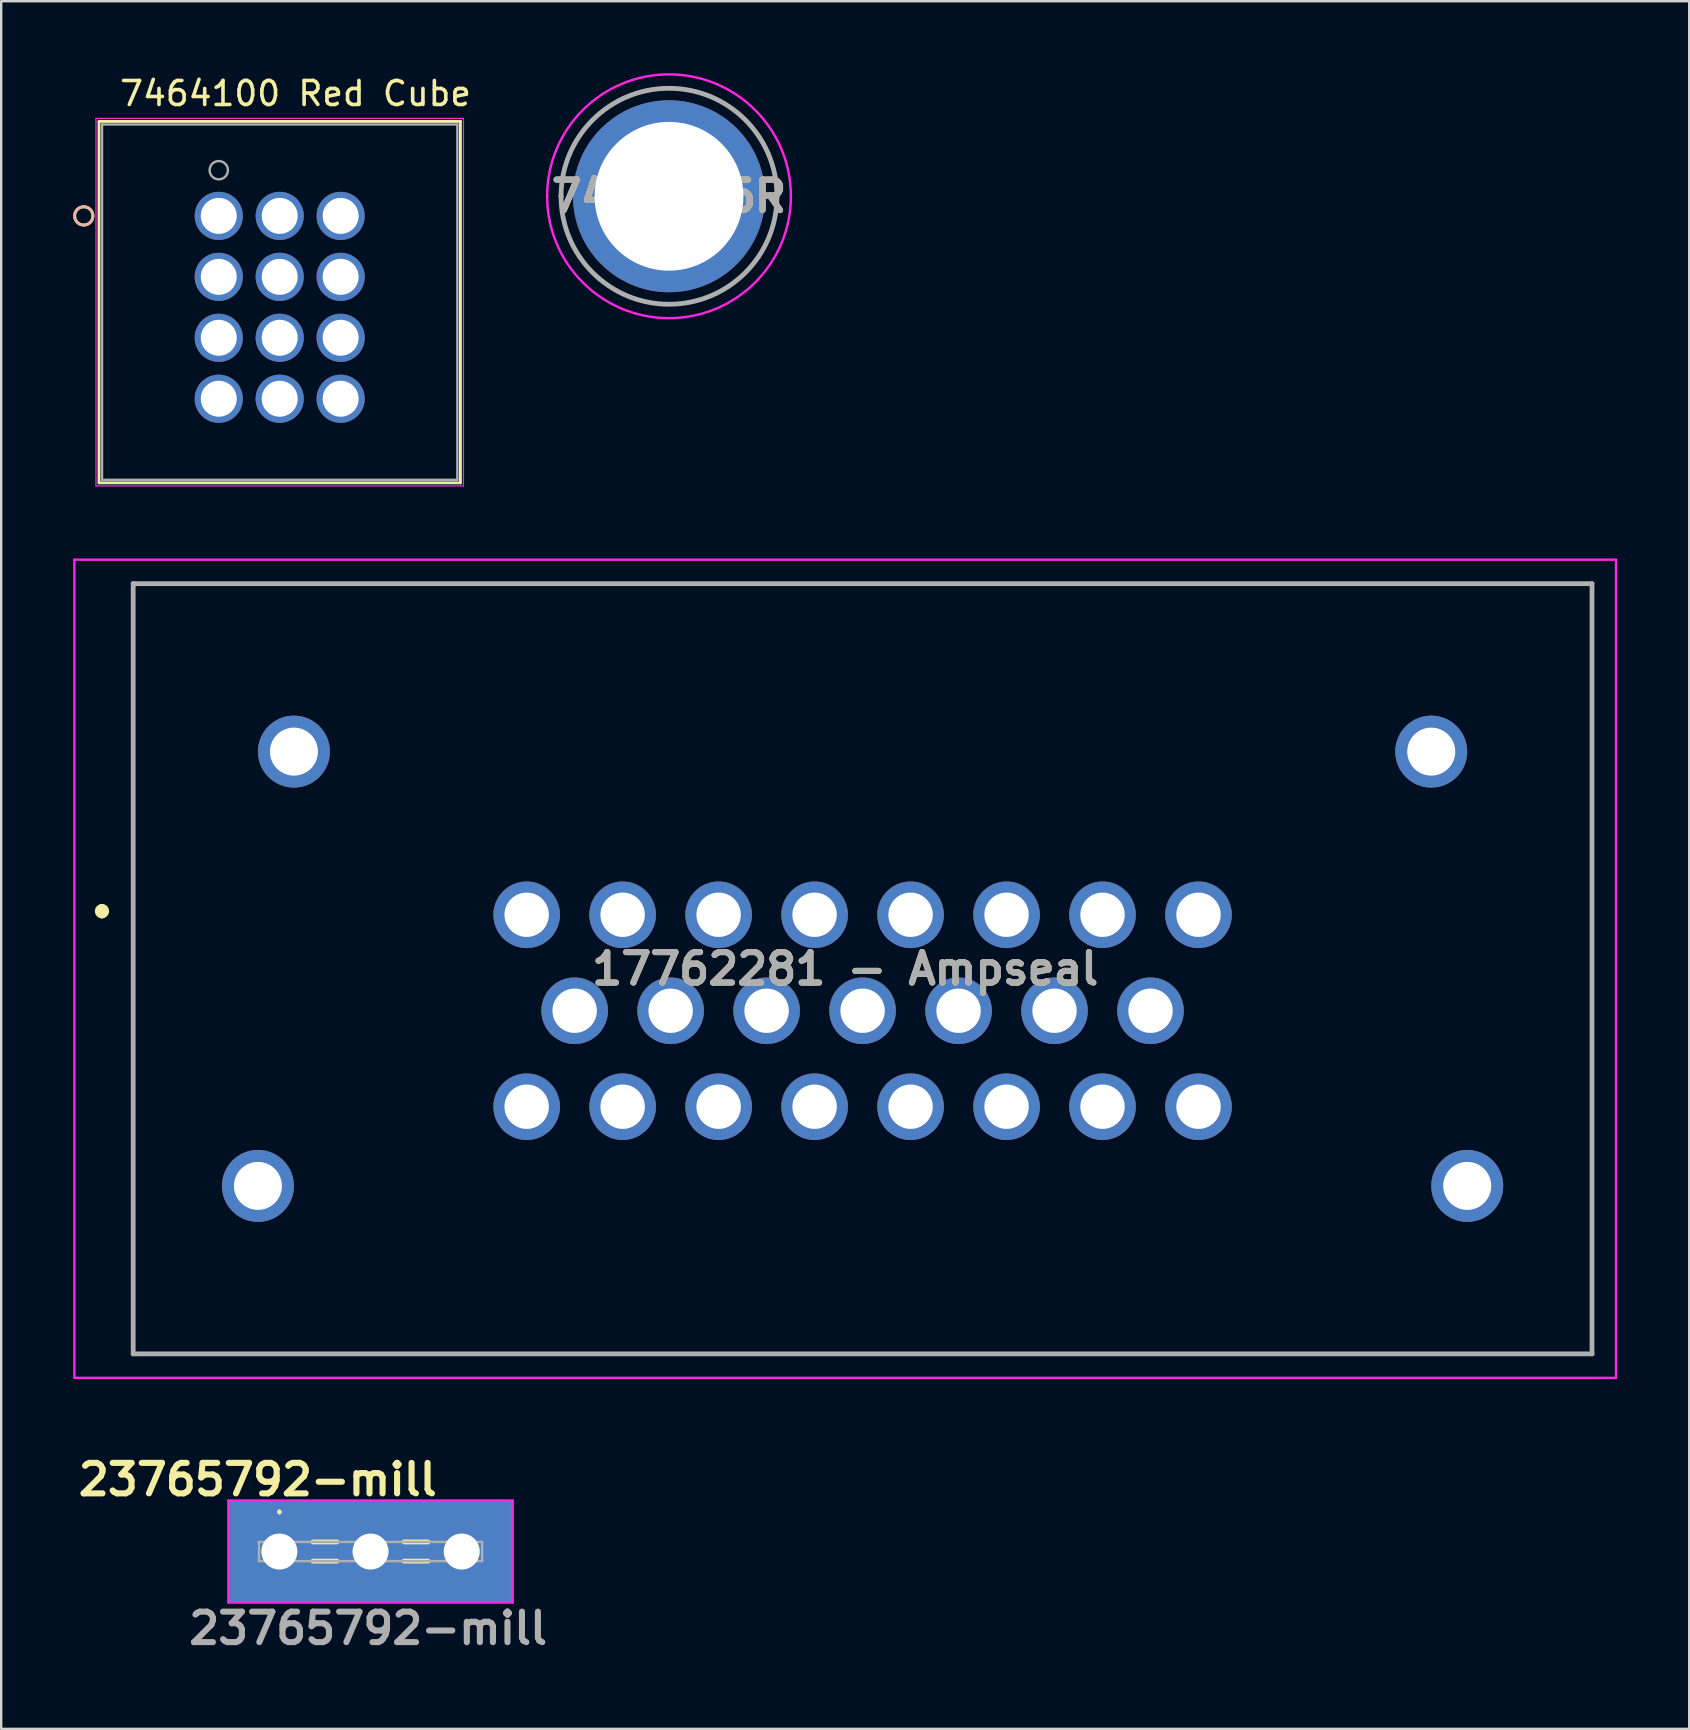
<source format=kicad_pcb>
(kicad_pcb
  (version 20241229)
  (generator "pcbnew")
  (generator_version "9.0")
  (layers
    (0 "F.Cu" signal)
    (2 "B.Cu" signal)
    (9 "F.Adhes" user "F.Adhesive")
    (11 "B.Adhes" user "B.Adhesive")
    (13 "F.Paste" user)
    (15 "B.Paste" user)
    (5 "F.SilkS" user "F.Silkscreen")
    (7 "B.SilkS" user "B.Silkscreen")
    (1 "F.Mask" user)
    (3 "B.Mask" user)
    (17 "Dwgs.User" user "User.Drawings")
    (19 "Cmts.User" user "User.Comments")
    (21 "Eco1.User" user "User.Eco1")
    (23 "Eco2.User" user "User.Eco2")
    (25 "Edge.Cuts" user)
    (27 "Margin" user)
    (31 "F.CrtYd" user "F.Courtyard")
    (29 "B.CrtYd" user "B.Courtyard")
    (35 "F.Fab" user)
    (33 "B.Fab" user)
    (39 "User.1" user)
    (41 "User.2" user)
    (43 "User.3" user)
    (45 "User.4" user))
  (footprint "23765792-mill"
    (layer "F.Cu")
    (at 8.593 61.614)
    (property "Reference" "23765792-mill" (at -0.9 -3 0) (layer "F.SilkS") (effects (font (size 1.27 1.27) (thickness 0.254))))
    (attr through_hole)
    (fp_line (start 0 -1.7) (end 0 -1.7) (stroke (width 0.1) (type solid)) (layer "F.SilkS"))
    (fp_line (start 0 -1.6) (end 0 -1.6) (stroke (width 0.1) (type solid)) (layer "F.SilkS"))
    (fp_line (start 1.4 -0.4) (end 2.4 -0.4) (stroke (width 0.2) (type solid)) (layer "F.SilkS"))
    (fp_line (start 1.4 0.4) (end 2.4 0.4) (stroke (width 0.2) (type solid)) (layer "F.SilkS"))
    (fp_line (start 5.2 -0.4) (end 6.2 -0.4) (stroke (width 0.2) (type solid)) (layer "F.SilkS"))
    (fp_line (start 5.2 0.4) (end 6.2 0.4) (stroke (width 0.2) (type solid)) (layer "F.SilkS"))
    (fp_arc (start 0 -1.7) (mid 0.05 -1.65) (end 0 -1.6) (stroke (width 0.1) (type solid)) (layer "F.SilkS"))
    (fp_arc (start 0 -1.6) (mid -0.05 -1.65) (end 0 -1.7) (stroke (width 0.1) (type solid)) (layer "F.SilkS"))
    (fp_line (start -2.125 -2.125) (end 9.725 -2.125) (stroke (width 0.1) (type solid)) (layer "F.CrtYd"))
    (fp_line (start -2.125 2.125) (end -2.125 -2.125) (stroke (width 0.1) (type solid)) (layer "F.CrtYd"))
    (fp_line (start 9.725 -2.125) (end 9.725 2.125) (stroke (width 0.1) (type solid)) (layer "F.CrtYd"))
    (fp_line (start 9.725 2.125) (end -2.125 2.125) (stroke (width 0.1) (type solid)) (layer "F.CrtYd"))
    (fp_line (start -0.85 -0.4) (end -0.85 0.4) (stroke (width 0.1) (type solid)) (layer "F.Fab"))
    (fp_line (start -0.85 0.4) (end 8.45 0.4) (stroke (width 0.1) (type solid)) (layer "F.Fab"))
    (fp_line (start 8.45 -0.4) (end -0.85 -0.4) (stroke (width 0.1) (type solid)) (layer "F.Fab"))
    (fp_line (start 8.45 0.4) (end 8.45 -0.4) (stroke (width 0.1) (type solid)) (layer "F.Fab"))
    (fp_text user "${REFERENCE}" (at 3.7 3.2 0) (layer "F.Fab") (effects (font (size 1.27 1.27) (thickness 0.254))))
    (pad "1" thru_hole rect (at 0 0) (size 4.25 4.25) (drill 1.5) (layers "*.Cu" "*.Mask"))
    (pad "2" thru_hole rect (at 3.8 0) (size 4.25 4.25) (drill 1.5) (layers "*.Cu" "*.Mask"))
    (pad "3" thru_hole rect (at 7.6 0) (size 4.25 4.25) (drill 1.5) (layers "*.Cu" "*.Mask")))
  (footprint "17762281 - Ampseal"
    (layer "F.Cu")
    (at 18.9 35.075)
    (property "Reference" "17762281 - Ampseal" (at 13.275 2.25 0) (layer "F.SilkS") (effects (font (size 1.27 1.27) (thickness 0.254))))
    (attr through_hole)
    (fp_line (start -17.7 -0.3) (end -17.7 -0.3) (stroke (width 0.3) (type solid)) (layer "F.SilkS"))
    (fp_line (start -17.7 0) (end -17.7 0) (stroke (width 0.3) (type solid)) (layer "F.SilkS"))
    (fp_line (start -16.4 -13.8) (end 44.4 -13.8) (stroke (width 0.1) (type solid)) (layer "F.SilkS"))
    (fp_line (start -16.4 18.3) (end -16.4 -13.8) (stroke (width 0.1) (type solid)) (layer "F.SilkS"))
    (fp_line (start 44.4 -13.8) (end 44.4 18.3) (stroke (width 0.1) (type solid)) (layer "F.SilkS"))
    (fp_line (start 44.4 18.3) (end -16.4 18.3) (stroke (width 0.1) (type solid)) (layer "F.SilkS"))
    (fp_arc (start -17.7 -0.3) (mid -17.55 -0.15) (end -17.7 0) (stroke (width 0.3) (type solid)) (layer "F.SilkS"))
    (fp_arc (start -17.7 0) (mid -17.85 -0.15) (end -17.7 -0.3) (stroke (width 0.3) (type solid)) (layer "F.SilkS"))
    (fp_line (start -18.85 -14.8) (end 45.4 -14.8) (stroke (width 0.1) (type solid)) (layer "F.CrtYd"))
    (fp_line (start -18.85 19.3) (end -18.85 -14.8) (stroke (width 0.1) (type solid)) (layer "F.CrtYd"))
    (fp_line (start 45.4 -14.8) (end 45.4 19.3) (stroke (width 0.1) (type solid)) (layer "F.CrtYd"))
    (fp_line (start 45.4 19.3) (end -18.85 19.3) (stroke (width 0.1) (type solid)) (layer "F.CrtYd"))
    (fp_line (start -16.4 -13.8) (end 44.4 -13.8) (stroke (width 0.2) (type solid)) (layer "F.Fab"))
    (fp_line (start -16.4 18.3) (end -16.4 -13.8) (stroke (width 0.2) (type solid)) (layer "F.Fab"))
    (fp_line (start 44.4 -13.8) (end 44.4 18.3) (stroke (width 0.2) (type solid)) (layer "F.Fab"))
    (fp_line (start 44.4 18.3) (end -16.4 18.3) (stroke (width 0.2) (type solid)) (layer "F.Fab"))
    (fp_text user "${REFERENCE}" (at 13.275 2.25 0) (layer "F.Fab") (effects (font (size 1.27 1.27) (thickness 0.254))))
    (pad "1" thru_hole circle (at 0 0) (size 2.775 2.775) (drill 1.85) (layers "*.Cu" "*.Mask"))
    (pad "2" thru_hole circle (at 4 0) (size 2.775 2.775) (drill 1.85) (layers "*.Cu" "*.Mask"))
    (pad "3" thru_hole circle (at 8 0) (size 2.775 2.775) (drill 1.85) (layers "*.Cu" "*.Mask"))
    (pad "4" thru_hole circle (at 12 0) (size 2.775 2.775) (drill 1.85) (layers "*.Cu" "*.Mask"))
    (pad "5" thru_hole circle (at 16 0) (size 2.775 2.775) (drill 1.85) (layers "*.Cu" "*.Mask"))
    (pad "6" thru_hole circle (at 20 0) (size 2.775 2.775) (drill 1.85) (layers "*.Cu" "*.Mask"))
    (pad "7" thru_hole circle (at 24 0) (size 2.775 2.775) (drill 1.85) (layers "*.Cu" "*.Mask"))
    (pad "8" thru_hole circle (at 28 0) (size 2.775 2.775) (drill 1.85) (layers "*.Cu" "*.Mask"))
    (pad "9" thru_hole circle (at 2 4) (size 2.775 2.775) (drill 1.85) (layers "*.Cu" "*.Mask"))
    (pad "10" thru_hole circle (at 6 4) (size 2.775 2.775) (drill 1.85) (layers "*.Cu" "*.Mask"))
    (pad "11" thru_hole circle (at 10 4) (size 2.775 2.775) (drill 1.85) (layers "*.Cu" "*.Mask"))
    (pad "12" thru_hole circle (at 14 4) (size 2.775 2.775) (drill 1.85) (layers "*.Cu" "*.Mask"))
    (pad "13" thru_hole circle (at 18 4) (size 2.775 2.775) (drill 1.85) (layers "*.Cu" "*.Mask"))
    (pad "14" thru_hole circle (at 22 4) (size 2.775 2.775) (drill 1.85) (layers "*.Cu" "*.Mask"))
    (pad "15" thru_hole circle (at 26 4) (size 2.775 2.775) (drill 1.85) (layers "*.Cu" "*.Mask"))
    (pad "16" thru_hole circle (at 0 8) (size 2.775 2.775) (drill 1.85) (layers "*.Cu" "*.Mask"))
    (pad "17" thru_hole circle (at 4 8) (size 2.775 2.775) (drill 1.85) (layers "*.Cu" "*.Mask"))
    (pad "18" thru_hole circle (at 8 8) (size 2.775 2.775) (drill 1.85) (layers "*.Cu" "*.Mask"))
    (pad "19" thru_hole circle (at 12 8) (size 2.775 2.775) (drill 1.85) (layers "*.Cu" "*.Mask"))
    (pad "20" thru_hole circle (at 16 8) (size 2.775 2.775) (drill 1.85) (layers "*.Cu" "*.Mask"))
    (pad "21" thru_hole circle (at 20 8) (size 2.775 2.775) (drill 1.85) (layers "*.Cu" "*.Mask"))
    (pad "22" thru_hole circle (at 24 8) (size 2.775 2.775) (drill 1.85) (layers "*.Cu" "*.Mask"))
    (pad "23" thru_hole circle (at 28 8) (size 2.775 2.775) (drill 1.85) (layers "*.Cu" "*.Mask"))
    (pad "MH1" thru_hole circle (at -11.2 11.3) (size 3 3) (drill 2) (layers "*.Cu" "*.Mask"))
    (pad "MH2" thru_hole circle (at 39.2 11.3) (size 3 3) (drill 2) (layers "*.Cu" "*.Mask"))
    (pad "MH3" thru_hole circle (at 37.7 -6.8) (size 3 3) (drill 2) (layers "*.Cu" "*.Mask"))
    (pad "MH4" thru_hole circle (at -9.7 -6.8) (size 3 3) (drill 2) (layers "*.Cu" "*.Mask")))
  (footprint "7464100 Red Cube"
    (layer "F.Cu")
    (at 6.067 5.948)
    (property "Reference" "7464100 Red Cube" (at 3.2 -5.1 0) (layer "F.SilkS") (effects (font (size 1 1) (thickness 0.15))))
    (attr through_hole)
    (fp_line (start -4.991 -3.937) (end -4.991 11.125) (stroke (width 0.12) (type solid)) (layer "F.SilkS"))
    (fp_line (start -4.991 11.125) (end 10.071 11.125) (stroke (width 0.12) (type solid)) (layer "F.SilkS"))
    (fp_line (start 10.071 -3.937) (end -4.991 -3.937) (stroke (width 0.12) (type solid)) (layer "F.SilkS"))
    (fp_line (start 10.071 11.125) (end 10.071 -3.937) (stroke (width 0.12) (type solid)) (layer "F.SilkS"))
    (fp_circle (center -5.626 0) (end -5.245 0) (stroke (width 0.12) (type solid)) (fill no) (layer "F.SilkS"))
    (fp_circle (center -5.626 0) (end -5.245 0) (stroke (width 0.12) (type solid)) (fill no) (layer "B.SilkS"))
    (fp_line (start -5.118 -4.064) (end -5.118 11.252) (stroke (width 0.05) (type solid)) (layer "F.CrtYd"))
    (fp_line (start -5.118 11.252) (end 10.198 11.252) (stroke (width 0.05) (type solid)) (layer "F.CrtYd"))
    (fp_line (start 10.198 -4.064) (end -5.118 -4.064) (stroke (width 0.05) (type solid)) (layer "F.CrtYd"))
    (fp_line (start 10.198 11.252) (end 10.198 -4.064) (stroke (width 0.05) (type solid)) (layer "F.CrtYd"))
    (fp_line (start -4.864 -3.81) (end -4.864 10.998) (stroke (width 0.1) (type solid)) (layer "F.Fab"))
    (fp_line (start -4.864 10.998) (end 9.944 10.998) (stroke (width 0.1) (type solid)) (layer "F.Fab"))
    (fp_line (start 9.944 -3.81) (end -4.864 -3.81) (stroke (width 0.1) (type solid)) (layer "F.Fab"))
    (fp_line (start 9.944 10.998) (end 9.944 -3.81) (stroke (width 0.1) (type solid)) (layer "F.Fab"))
    (fp_circle (center 0 -1.905) (end 0.381 -1.905) (stroke (width 0.1) (type solid)) (fill no) (layer "F.Fab"))
    (fp_text user "*" (at 0 0 0) (layer "F.SilkS") (effects (font (size 1 1) (thickness 0.15))))
    (fp_text user "*" (at 0 0 0) (layer "F.Fab") (effects (font (size 1 1) (thickness 0.15))))
    (pad "1" thru_hole circle (at 0 0) (size 2.007 2.007) (drill 1.499) (layers "*.Cu" "*.Mask"))
    (pad "2" thru_hole circle (at 0 2.54) (size 2.007 2.007) (drill 1.499) (layers "*.Cu" "*.Mask"))
    (pad "3" thru_hole circle (at 0 5.08) (size 2.007 2.007) (drill 1.499) (layers "*.Cu" "*.Mask"))
    (pad "4" thru_hole circle (at 0 7.62) (size 2.007 2.007) (drill 1.499) (layers "*.Cu" "*.Mask"))
    (pad "5" thru_hole circle (at 2.54 0) (size 2.007 2.007) (drill 1.499) (layers "*.Cu" "*.Mask"))
    (pad "6" thru_hole circle (at 2.54 2.54) (size 2.007 2.007) (drill 1.499) (layers "*.Cu" "*.Mask"))
    (pad "7" thru_hole circle (at 2.54 5.08) (size 2.007 2.007) (drill 1.499) (layers "*.Cu" "*.Mask"))
    (pad "8" thru_hole circle (at 2.54 7.62) (size 2.007 2.007) (drill 1.499) (layers "*.Cu" "*.Mask"))
    (pad "9" thru_hole circle (at 5.08 0) (size 2.007 2.007) (drill 1.499) (layers "*.Cu" "*.Mask"))
    (pad "10" thru_hole circle (at 5.08 2.54) (size 2.007 2.007) (drill 1.499) (layers "*.Cu" "*.Mask"))
    (pad "11" thru_hole circle (at 5.08 5.08) (size 2.007 2.007) (drill 1.499) (layers "*.Cu" "*.Mask"))
    (pad "12" thru_hole circle (at 5.08 7.62) (size 2.007 2.007) (drill 1.499) (layers "*.Cu" "*.Mask")))
  (footprint "7466005R"
    (layer "F.Cu")
    (at 24.832 5.13)
    (property "Reference" "7466005R" (at 0 0 0) (layer "F.SilkS") (effects (font (size 1.27 1.27) (thickness 0.254))))
    (attr through_hole)
    (fp_line (start -4.5 0) (end -4.5 0) (stroke (width 0.1) (type solid)) (layer "F.SilkS"))
    (fp_line (start 4.5 0) (end 4.5 0) (stroke (width 0.1) (type solid)) (layer "F.SilkS"))
    (fp_arc (start -4.5 0) (mid 0 -4.5) (end 4.5 0) (stroke (width 0.1) (type solid)) (layer "F.SilkS"))
    (fp_arc (start 4.5 0) (mid 0 4.5) (end -4.5 0) (stroke (width 0.1) (type solid)) (layer "F.SilkS"))
    (fp_line (start -5.08 0) (end -5.08 0) (stroke (width 0.1) (type solid)) (layer "F.CrtYd"))
    (fp_line (start 5.08 0) (end 5.08 0) (stroke (width 0.1) (type solid)) (layer "F.CrtYd"))
    (fp_arc (start -5.08 0) (mid 0 -5.08) (end 5.08 0) (stroke (width 0.1) (type solid)) (layer "F.CrtYd"))
    (fp_arc (start 5.08 0) (mid 0 5.08) (end -5.08 0) (stroke (width 0.1) (type solid)) (layer "F.CrtYd"))
    (fp_line (start -4.5 0) (end -4.5 0) (stroke (width 0.2) (type solid)) (layer "F.Fab"))
    (fp_line (start 4.5 0) (end 4.5 0) (stroke (width 0.2) (type solid)) (layer "F.Fab"))
    (fp_arc (start -4.5 0) (mid 0 -4.5) (end 4.5 0) (stroke (width 0.2) (type solid)) (layer "F.Fab"))
    (fp_arc (start 4.5 0) (mid 0 4.5) (end -4.5 0) (stroke (width 0.2) (type solid)) (layer "F.Fab"))
    (fp_text user "${REFERENCE}" (at 0 0 0) (layer "F.Fab") (effects (font (size 1.27 1.27) (thickness 0.254))))
    (pad "1" thru_hole circle (at 0 0) (size 8 8) (drill 6.2) (layers "*.Cu" "*.Mask")))
  (gr_rect
    (start -3 -3)
    (end 67.35 69.003)
    (stroke (width 0.1) (type default))
    (fill no)
    (layer "Edge.Cuts")))
</source>
